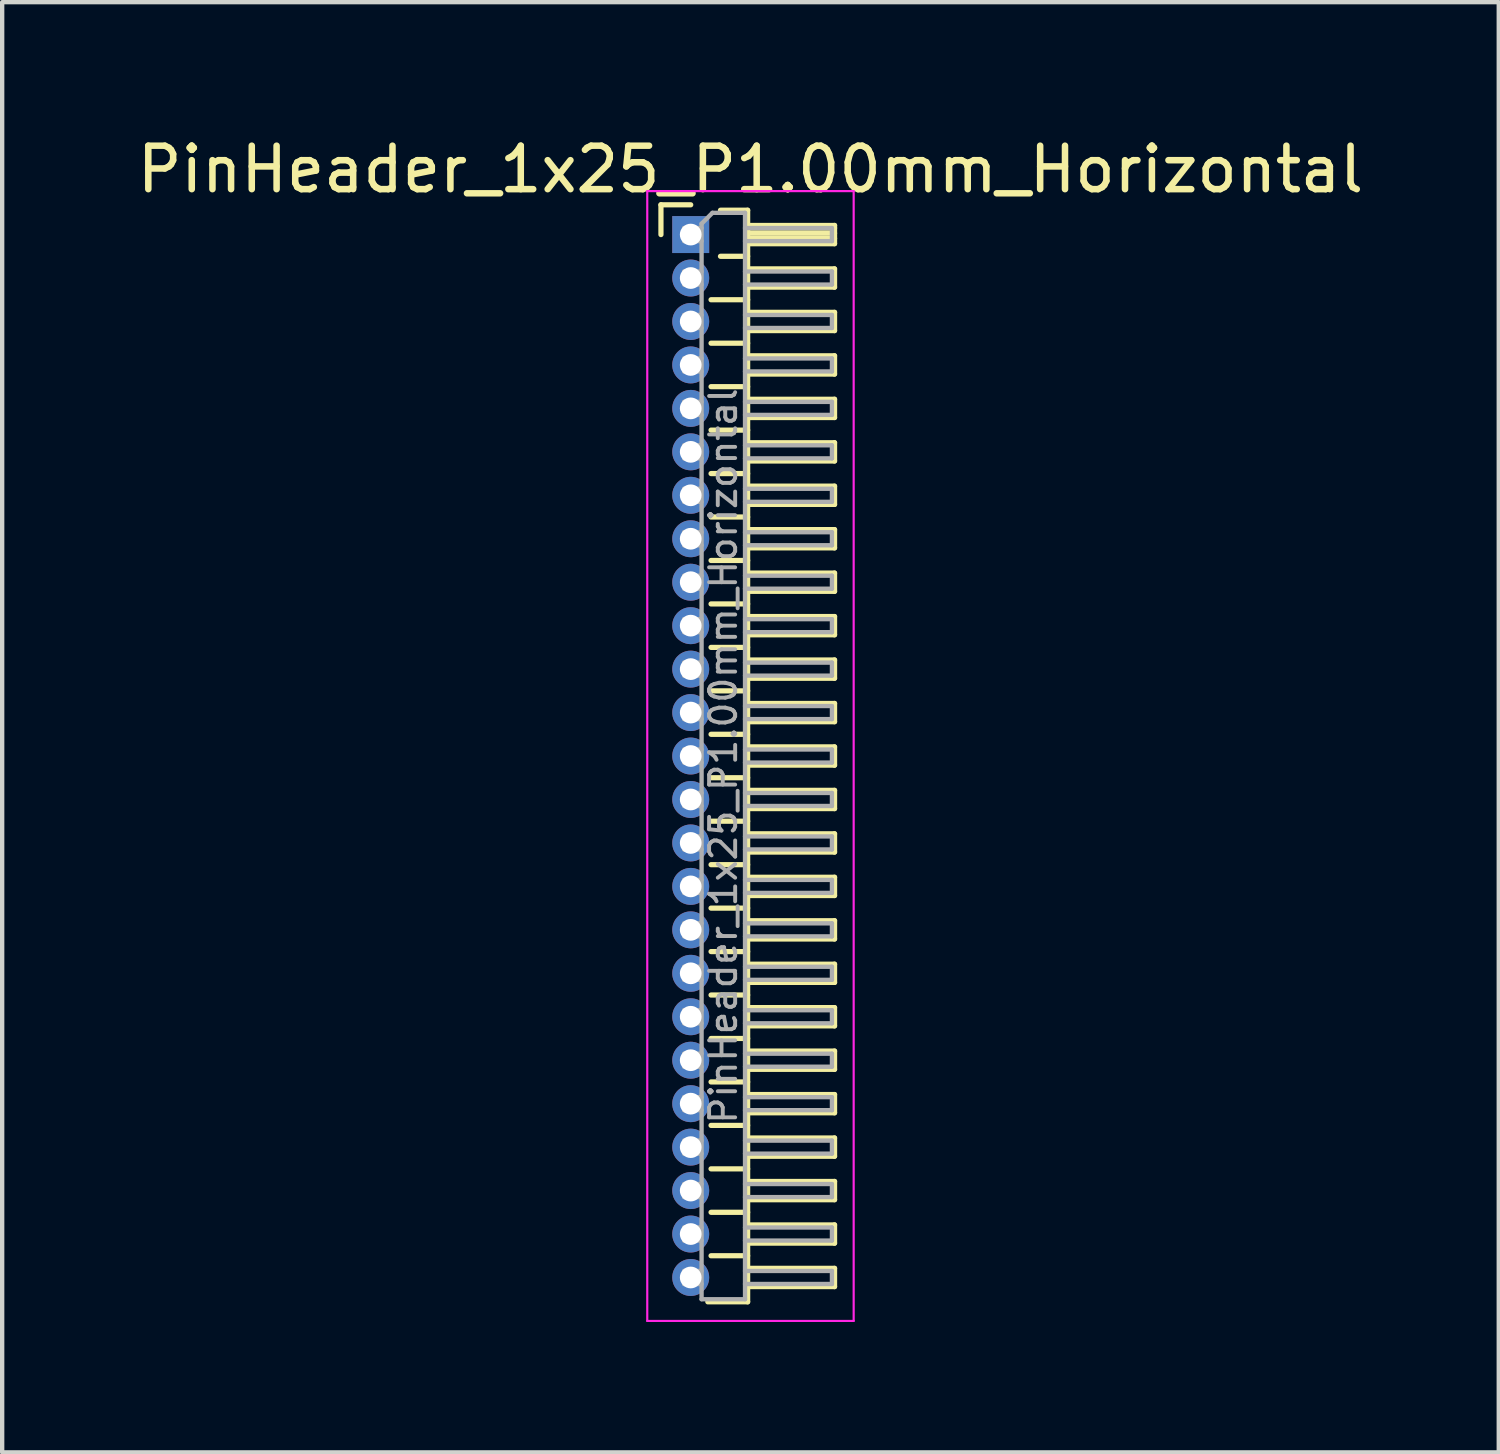
<source format=kicad_pcb>
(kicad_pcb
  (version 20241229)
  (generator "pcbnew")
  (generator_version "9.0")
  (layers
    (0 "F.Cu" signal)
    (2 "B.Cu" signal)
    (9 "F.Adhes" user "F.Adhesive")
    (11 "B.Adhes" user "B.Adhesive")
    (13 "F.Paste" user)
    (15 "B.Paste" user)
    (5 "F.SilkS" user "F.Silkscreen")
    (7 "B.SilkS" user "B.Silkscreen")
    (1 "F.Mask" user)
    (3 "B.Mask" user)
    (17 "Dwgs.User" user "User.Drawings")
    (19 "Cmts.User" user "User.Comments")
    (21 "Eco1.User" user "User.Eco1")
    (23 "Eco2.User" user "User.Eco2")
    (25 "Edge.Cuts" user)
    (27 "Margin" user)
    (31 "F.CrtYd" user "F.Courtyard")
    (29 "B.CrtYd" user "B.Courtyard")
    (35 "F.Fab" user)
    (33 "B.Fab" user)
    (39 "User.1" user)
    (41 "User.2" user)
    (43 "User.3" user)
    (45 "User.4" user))
  (footprint "PinHeader_1x25_P1.00mm_Horizontal"
    (layer "F.Cu")
    (at 12.845 2.348)
    (property "Reference" "PinHeader_1x25_P1.00mm_Horizontal" (at 1.375 -1.5 0) (layer "F.SilkS") (effects (font (size 1 1) (thickness 0.15))))
    (attr through_hole)
    (fp_line (start -0.685 -0.685) (end 0 -0.685) (stroke (width 0.12) (type solid)) (layer "F.SilkS"))
    (fp_line (start -0.685 0) (end -0.685 -0.685) (stroke (width 0.12) (type solid)) (layer "F.SilkS"))
    (fp_line (start 0.468 1.5) (end 1.31 1.5) (stroke (width 0.12) (type solid)) (layer "F.SilkS"))
    (fp_line (start 0.468 2.5) (end 1.31 2.5) (stroke (width 0.12) (type solid)) (layer "F.SilkS"))
    (fp_line (start 0.468 3.5) (end 1.31 3.5) (stroke (width 0.12) (type solid)) (layer "F.SilkS"))
    (fp_line (start 0.468 4.5) (end 1.31 4.5) (stroke (width 0.12) (type solid)) (layer "F.SilkS"))
    (fp_line (start 0.468 5.5) (end 1.31 5.5) (stroke (width 0.12) (type solid)) (layer "F.SilkS"))
    (fp_line (start 0.468 6.5) (end 1.31 6.5) (stroke (width 0.12) (type solid)) (layer "F.SilkS"))
    (fp_line (start 0.468 7.5) (end 1.31 7.5) (stroke (width 0.12) (type solid)) (layer "F.SilkS"))
    (fp_line (start 0.468 8.5) (end 1.31 8.5) (stroke (width 0.12) (type solid)) (layer "F.SilkS"))
    (fp_line (start 0.468 9.5) (end 1.31 9.5) (stroke (width 0.12) (type solid)) (layer "F.SilkS"))
    (fp_line (start 0.468 10.5) (end 1.31 10.5) (stroke (width 0.12) (type solid)) (layer "F.SilkS"))
    (fp_line (start 0.468 11.5) (end 1.31 11.5) (stroke (width 0.12) (type solid)) (layer "F.SilkS"))
    (fp_line (start 0.468 12.5) (end 1.31 12.5) (stroke (width 0.12) (type solid)) (layer "F.SilkS"))
    (fp_line (start 0.468 13.5) (end 1.31 13.5) (stroke (width 0.12) (type solid)) (layer "F.SilkS"))
    (fp_line (start 0.468 14.5) (end 1.31 14.5) (stroke (width 0.12) (type solid)) (layer "F.SilkS"))
    (fp_line (start 0.468 15.5) (end 1.31 15.5) (stroke (width 0.12) (type solid)) (layer "F.SilkS"))
    (fp_line (start 0.468 16.5) (end 1.31 16.5) (stroke (width 0.12) (type solid)) (layer "F.SilkS"))
    (fp_line (start 0.468 17.5) (end 1.31 17.5) (stroke (width 0.12) (type solid)) (layer "F.SilkS"))
    (fp_line (start 0.468 18.5) (end 1.31 18.5) (stroke (width 0.12) (type solid)) (layer "F.SilkS"))
    (fp_line (start 0.468 19.5) (end 1.31 19.5) (stroke (width 0.12) (type solid)) (layer "F.SilkS"))
    (fp_line (start 0.468 20.5) (end 1.31 20.5) (stroke (width 0.12) (type solid)) (layer "F.SilkS"))
    (fp_line (start 0.468 21.5) (end 1.31 21.5) (stroke (width 0.12) (type solid)) (layer "F.SilkS"))
    (fp_line (start 0.468 22.5) (end 1.31 22.5) (stroke (width 0.12) (type solid)) (layer "F.SilkS"))
    (fp_line (start 0.468 23.5) (end 1.31 23.5) (stroke (width 0.12) (type solid)) (layer "F.SilkS"))
    (fp_line (start 0.685 -0.56) (end 1.31 -0.56) (stroke (width 0.12) (type solid)) (layer "F.SilkS"))
    (fp_line (start 0.685 0.5) (end 1.31 0.5) (stroke (width 0.12) (type solid)) (layer "F.SilkS"))
    (fp_line (start 1.31 -0.56) (end 1.31 24.56) (stroke (width 0.12) (type solid)) (layer "F.SilkS"))
    (fp_line (start 1.31 -0.21) (end 3.31 -0.21) (stroke (width 0.12) (type solid)) (layer "F.SilkS"))
    (fp_line (start 1.31 -0.15) (end 3.31 -0.15) (stroke (width 0.12) (type solid)) (layer "F.SilkS"))
    (fp_line (start 1.31 -0.03) (end 3.31 -0.03) (stroke (width 0.12) (type solid)) (layer "F.SilkS"))
    (fp_line (start 1.31 0.09) (end 3.31 0.09) (stroke (width 0.12) (type solid)) (layer "F.SilkS"))
    (fp_line (start 1.31 0.79) (end 3.31 0.79) (stroke (width 0.12) (type solid)) (layer "F.SilkS"))
    (fp_line (start 1.31 1.79) (end 3.31 1.79) (stroke (width 0.12) (type solid)) (layer "F.SilkS"))
    (fp_line (start 1.31 2.79) (end 3.31 2.79) (stroke (width 0.12) (type solid)) (layer "F.SilkS"))
    (fp_line (start 1.31 3.79) (end 3.31 3.79) (stroke (width 0.12) (type solid)) (layer "F.SilkS"))
    (fp_line (start 1.31 4.79) (end 3.31 4.79) (stroke (width 0.12) (type solid)) (layer "F.SilkS"))
    (fp_line (start 1.31 5.79) (end 3.31 5.79) (stroke (width 0.12) (type solid)) (layer "F.SilkS"))
    (fp_line (start 1.31 6.79) (end 3.31 6.79) (stroke (width 0.12) (type solid)) (layer "F.SilkS"))
    (fp_line (start 1.31 7.79) (end 3.31 7.79) (stroke (width 0.12) (type solid)) (layer "F.SilkS"))
    (fp_line (start 1.31 8.79) (end 3.31 8.79) (stroke (width 0.12) (type solid)) (layer "F.SilkS"))
    (fp_line (start 1.31 9.79) (end 3.31 9.79) (stroke (width 0.12) (type solid)) (layer "F.SilkS"))
    (fp_line (start 1.31 10.79) (end 3.31 10.79) (stroke (width 0.12) (type solid)) (layer "F.SilkS"))
    (fp_line (start 1.31 11.79) (end 3.31 11.79) (stroke (width 0.12) (type solid)) (layer "F.SilkS"))
    (fp_line (start 1.31 12.79) (end 3.31 12.79) (stroke (width 0.12) (type solid)) (layer "F.SilkS"))
    (fp_line (start 1.31 13.79) (end 3.31 13.79) (stroke (width 0.12) (type solid)) (layer "F.SilkS"))
    (fp_line (start 1.31 14.79) (end 3.31 14.79) (stroke (width 0.12) (type solid)) (layer "F.SilkS"))
    (fp_line (start 1.31 15.79) (end 3.31 15.79) (stroke (width 0.12) (type solid)) (layer "F.SilkS"))
    (fp_line (start 1.31 16.79) (end 3.31 16.79) (stroke (width 0.12) (type solid)) (layer "F.SilkS"))
    (fp_line (start 1.31 17.79) (end 3.31 17.79) (stroke (width 0.12) (type solid)) (layer "F.SilkS"))
    (fp_line (start 1.31 18.79) (end 3.31 18.79) (stroke (width 0.12) (type solid)) (layer "F.SilkS"))
    (fp_line (start 1.31 19.79) (end 3.31 19.79) (stroke (width 0.12) (type solid)) (layer "F.SilkS"))
    (fp_line (start 1.31 20.79) (end 3.31 20.79) (stroke (width 0.12) (type solid)) (layer "F.SilkS"))
    (fp_line (start 1.31 21.79) (end 3.31 21.79) (stroke (width 0.12) (type solid)) (layer "F.SilkS"))
    (fp_line (start 1.31 22.79) (end 3.31 22.79) (stroke (width 0.12) (type solid)) (layer "F.SilkS"))
    (fp_line (start 1.31 23.79) (end 3.31 23.79) (stroke (width 0.12) (type solid)) (layer "F.SilkS"))
    (fp_line (start 1.31 24.56) (end 0.394 24.56) (stroke (width 0.12) (type solid)) (layer "F.SilkS"))
    (fp_line (start 3.31 -0.21) (end 3.31 0.21) (stroke (width 0.12) (type solid)) (layer "F.SilkS"))
    (fp_line (start 3.31 0.21) (end 1.31 0.21) (stroke (width 0.12) (type solid)) (layer "F.SilkS"))
    (fp_line (start 3.31 0.79) (end 3.31 1.21) (stroke (width 0.12) (type solid)) (layer "F.SilkS"))
    (fp_line (start 3.31 1.21) (end 1.31 1.21) (stroke (width 0.12) (type solid)) (layer "F.SilkS"))
    (fp_line (start 3.31 1.79) (end 3.31 2.21) (stroke (width 0.12) (type solid)) (layer "F.SilkS"))
    (fp_line (start 3.31 2.21) (end 1.31 2.21) (stroke (width 0.12) (type solid)) (layer "F.SilkS"))
    (fp_line (start 3.31 2.79) (end 3.31 3.21) (stroke (width 0.12) (type solid)) (layer "F.SilkS"))
    (fp_line (start 3.31 3.21) (end 1.31 3.21) (stroke (width 0.12) (type solid)) (layer "F.SilkS"))
    (fp_line (start 3.31 3.79) (end 3.31 4.21) (stroke (width 0.12) (type solid)) (layer "F.SilkS"))
    (fp_line (start 3.31 4.21) (end 1.31 4.21) (stroke (width 0.12) (type solid)) (layer "F.SilkS"))
    (fp_line (start 3.31 4.79) (end 3.31 5.21) (stroke (width 0.12) (type solid)) (layer "F.SilkS"))
    (fp_line (start 3.31 5.21) (end 1.31 5.21) (stroke (width 0.12) (type solid)) (layer "F.SilkS"))
    (fp_line (start 3.31 5.79) (end 3.31 6.21) (stroke (width 0.12) (type solid)) (layer "F.SilkS"))
    (fp_line (start 3.31 6.21) (end 1.31 6.21) (stroke (width 0.12) (type solid)) (layer "F.SilkS"))
    (fp_line (start 3.31 6.79) (end 3.31 7.21) (stroke (width 0.12) (type solid)) (layer "F.SilkS"))
    (fp_line (start 3.31 7.21) (end 1.31 7.21) (stroke (width 0.12) (type solid)) (layer "F.SilkS"))
    (fp_line (start 3.31 7.79) (end 3.31 8.21) (stroke (width 0.12) (type solid)) (layer "F.SilkS"))
    (fp_line (start 3.31 8.21) (end 1.31 8.21) (stroke (width 0.12) (type solid)) (layer "F.SilkS"))
    (fp_line (start 3.31 8.79) (end 3.31 9.21) (stroke (width 0.12) (type solid)) (layer "F.SilkS"))
    (fp_line (start 3.31 9.21) (end 1.31 9.21) (stroke (width 0.12) (type solid)) (layer "F.SilkS"))
    (fp_line (start 3.31 9.79) (end 3.31 10.21) (stroke (width 0.12) (type solid)) (layer "F.SilkS"))
    (fp_line (start 3.31 10.21) (end 1.31 10.21) (stroke (width 0.12) (type solid)) (layer "F.SilkS"))
    (fp_line (start 3.31 10.79) (end 3.31 11.21) (stroke (width 0.12) (type solid)) (layer "F.SilkS"))
    (fp_line (start 3.31 11.21) (end 1.31 11.21) (stroke (width 0.12) (type solid)) (layer "F.SilkS"))
    (fp_line (start 3.31 11.79) (end 3.31 12.21) (stroke (width 0.12) (type solid)) (layer "F.SilkS"))
    (fp_line (start 3.31 12.21) (end 1.31 12.21) (stroke (width 0.12) (type solid)) (layer "F.SilkS"))
    (fp_line (start 3.31 12.79) (end 3.31 13.21) (stroke (width 0.12) (type solid)) (layer "F.SilkS"))
    (fp_line (start 3.31 13.21) (end 1.31 13.21) (stroke (width 0.12) (type solid)) (layer "F.SilkS"))
    (fp_line (start 3.31 13.79) (end 3.31 14.21) (stroke (width 0.12) (type solid)) (layer "F.SilkS"))
    (fp_line (start 3.31 14.21) (end 1.31 14.21) (stroke (width 0.12) (type solid)) (layer "F.SilkS"))
    (fp_line (start 3.31 14.79) (end 3.31 15.21) (stroke (width 0.12) (type solid)) (layer "F.SilkS"))
    (fp_line (start 3.31 15.21) (end 1.31 15.21) (stroke (width 0.12) (type solid)) (layer "F.SilkS"))
    (fp_line (start 3.31 15.79) (end 3.31 16.21) (stroke (width 0.12) (type solid)) (layer "F.SilkS"))
    (fp_line (start 3.31 16.21) (end 1.31 16.21) (stroke (width 0.12) (type solid)) (layer "F.SilkS"))
    (fp_line (start 3.31 16.79) (end 3.31 17.21) (stroke (width 0.12) (type solid)) (layer "F.SilkS"))
    (fp_line (start 3.31 17.21) (end 1.31 17.21) (stroke (width 0.12) (type solid)) (layer "F.SilkS"))
    (fp_line (start 3.31 17.79) (end 3.31 18.21) (stroke (width 0.12) (type solid)) (layer "F.SilkS"))
    (fp_line (start 3.31 18.21) (end 1.31 18.21) (stroke (width 0.12) (type solid)) (layer "F.SilkS"))
    (fp_line (start 3.31 18.79) (end 3.31 19.21) (stroke (width 0.12) (type solid)) (layer "F.SilkS"))
    (fp_line (start 3.31 19.21) (end 1.31 19.21) (stroke (width 0.12) (type solid)) (layer "F.SilkS"))
    (fp_line (start 3.31 19.79) (end 3.31 20.21) (stroke (width 0.12) (type solid)) (layer "F.SilkS"))
    (fp_line (start 3.31 20.21) (end 1.31 20.21) (stroke (width 0.12) (type solid)) (layer "F.SilkS"))
    (fp_line (start 3.31 20.79) (end 3.31 21.21) (stroke (width 0.12) (type solid)) (layer "F.SilkS"))
    (fp_line (start 3.31 21.21) (end 1.31 21.21) (stroke (width 0.12) (type solid)) (layer "F.SilkS"))
    (fp_line (start 3.31 21.79) (end 3.31 22.21) (stroke (width 0.12) (type solid)) (layer "F.SilkS"))
    (fp_line (start 3.31 22.21) (end 1.31 22.21) (stroke (width 0.12) (type solid)) (layer "F.SilkS"))
    (fp_line (start 3.31 22.79) (end 3.31 23.21) (stroke (width 0.12) (type solid)) (layer "F.SilkS"))
    (fp_line (start 3.31 23.21) (end 1.31 23.21) (stroke (width 0.12) (type solid)) (layer "F.SilkS"))
    (fp_line (start 3.31 23.79) (end 3.31 24.21) (stroke (width 0.12) (type solid)) (layer "F.SilkS"))
    (fp_line (start 3.31 24.21) (end 1.31 24.21) (stroke (width 0.12) (type solid)) (layer "F.SilkS"))
    (fp_line (start -1 -1) (end -1 25) (stroke (width 0.05) (type solid)) (layer "F.CrtYd"))
    (fp_line (start -1 25) (end 3.75 25) (stroke (width 0.05) (type solid)) (layer "F.CrtYd"))
    (fp_line (start 3.75 -1) (end -1 -1) (stroke (width 0.05) (type solid)) (layer "F.CrtYd"))
    (fp_line (start 3.75 25) (end 3.75 -1) (stroke (width 0.05) (type solid)) (layer "F.CrtYd"))
    (fp_line (start -0.15 -0.15) (end -0.15 0.15) (stroke (width 0.1) (type solid)) (layer "F.Fab"))
    (fp_line (start -0.15 -0.15) (end 0.25 -0.15) (stroke (width 0.1) (type solid)) (layer "F.Fab"))
    (fp_line (start -0.15 0.15) (end 0.25 0.15) (stroke (width 0.1) (type solid)) (layer "F.Fab"))
    (fp_line (start -0.15 0.85) (end -0.15 1.15) (stroke (width 0.1) (type solid)) (layer "F.Fab"))
    (fp_line (start -0.15 0.85) (end 0.25 0.85) (stroke (width 0.1) (type solid)) (layer "F.Fab"))
    (fp_line (start -0.15 1.15) (end 0.25 1.15) (stroke (width 0.1) (type solid)) (layer "F.Fab"))
    (fp_line (start -0.15 1.85) (end -0.15 2.15) (stroke (width 0.1) (type solid)) (layer "F.Fab"))
    (fp_line (start -0.15 1.85) (end 0.25 1.85) (stroke (width 0.1) (type solid)) (layer "F.Fab"))
    (fp_line (start -0.15 2.15) (end 0.25 2.15) (stroke (width 0.1) (type solid)) (layer "F.Fab"))
    (fp_line (start -0.15 2.85) (end -0.15 3.15) (stroke (width 0.1) (type solid)) (layer "F.Fab"))
    (fp_line (start -0.15 2.85) (end 0.25 2.85) (stroke (width 0.1) (type solid)) (layer "F.Fab"))
    (fp_line (start -0.15 3.15) (end 0.25 3.15) (stroke (width 0.1) (type solid)) (layer "F.Fab"))
    (fp_line (start -0.15 3.85) (end -0.15 4.15) (stroke (width 0.1) (type solid)) (layer "F.Fab"))
    (fp_line (start -0.15 3.85) (end 0.25 3.85) (stroke (width 0.1) (type solid)) (layer "F.Fab"))
    (fp_line (start -0.15 4.15) (end 0.25 4.15) (stroke (width 0.1) (type solid)) (layer "F.Fab"))
    (fp_line (start -0.15 4.85) (end -0.15 5.15) (stroke (width 0.1) (type solid)) (layer "F.Fab"))
    (fp_line (start -0.15 4.85) (end 0.25 4.85) (stroke (width 0.1) (type solid)) (layer "F.Fab"))
    (fp_line (start -0.15 5.15) (end 0.25 5.15) (stroke (width 0.1) (type solid)) (layer "F.Fab"))
    (fp_line (start -0.15 5.85) (end -0.15 6.15) (stroke (width 0.1) (type solid)) (layer "F.Fab"))
    (fp_line (start -0.15 5.85) (end 0.25 5.85) (stroke (width 0.1) (type solid)) (layer "F.Fab"))
    (fp_line (start -0.15 6.15) (end 0.25 6.15) (stroke (width 0.1) (type solid)) (layer "F.Fab"))
    (fp_line (start -0.15 6.85) (end -0.15 7.15) (stroke (width 0.1) (type solid)) (layer "F.Fab"))
    (fp_line (start -0.15 6.85) (end 0.25 6.85) (stroke (width 0.1) (type solid)) (layer "F.Fab"))
    (fp_line (start -0.15 7.15) (end 0.25 7.15) (stroke (width 0.1) (type solid)) (layer "F.Fab"))
    (fp_line (start -0.15 7.85) (end -0.15 8.15) (stroke (width 0.1) (type solid)) (layer "F.Fab"))
    (fp_line (start -0.15 7.85) (end 0.25 7.85) (stroke (width 0.1) (type solid)) (layer "F.Fab"))
    (fp_line (start -0.15 8.15) (end 0.25 8.15) (stroke (width 0.1) (type solid)) (layer "F.Fab"))
    (fp_line (start -0.15 8.85) (end -0.15 9.15) (stroke (width 0.1) (type solid)) (layer "F.Fab"))
    (fp_line (start -0.15 8.85) (end 0.25 8.85) (stroke (width 0.1) (type solid)) (layer "F.Fab"))
    (fp_line (start -0.15 9.15) (end 0.25 9.15) (stroke (width 0.1) (type solid)) (layer "F.Fab"))
    (fp_line (start -0.15 9.85) (end -0.15 10.15) (stroke (width 0.1) (type solid)) (layer "F.Fab"))
    (fp_line (start -0.15 9.85) (end 0.25 9.85) (stroke (width 0.1) (type solid)) (layer "F.Fab"))
    (fp_line (start -0.15 10.15) (end 0.25 10.15) (stroke (width 0.1) (type solid)) (layer "F.Fab"))
    (fp_line (start -0.15 10.85) (end -0.15 11.15) (stroke (width 0.1) (type solid)) (layer "F.Fab"))
    (fp_line (start -0.15 10.85) (end 0.25 10.85) (stroke (width 0.1) (type solid)) (layer "F.Fab"))
    (fp_line (start -0.15 11.15) (end 0.25 11.15) (stroke (width 0.1) (type solid)) (layer "F.Fab"))
    (fp_line (start -0.15 11.85) (end -0.15 12.15) (stroke (width 0.1) (type solid)) (layer "F.Fab"))
    (fp_line (start -0.15 11.85) (end 0.25 11.85) (stroke (width 0.1) (type solid)) (layer "F.Fab"))
    (fp_line (start -0.15 12.15) (end 0.25 12.15) (stroke (width 0.1) (type solid)) (layer "F.Fab"))
    (fp_line (start -0.15 12.85) (end -0.15 13.15) (stroke (width 0.1) (type solid)) (layer "F.Fab"))
    (fp_line (start -0.15 12.85) (end 0.25 12.85) (stroke (width 0.1) (type solid)) (layer "F.Fab"))
    (fp_line (start -0.15 13.15) (end 0.25 13.15) (stroke (width 0.1) (type solid)) (layer "F.Fab"))
    (fp_line (start -0.15 13.85) (end -0.15 14.15) (stroke (width 0.1) (type solid)) (layer "F.Fab"))
    (fp_line (start -0.15 13.85) (end 0.25 13.85) (stroke (width 0.1) (type solid)) (layer "F.Fab"))
    (fp_line (start -0.15 14.15) (end 0.25 14.15) (stroke (width 0.1) (type solid)) (layer "F.Fab"))
    (fp_line (start -0.15 14.85) (end -0.15 15.15) (stroke (width 0.1) (type solid)) (layer "F.Fab"))
    (fp_line (start -0.15 14.85) (end 0.25 14.85) (stroke (width 0.1) (type solid)) (layer "F.Fab"))
    (fp_line (start -0.15 15.15) (end 0.25 15.15) (stroke (width 0.1) (type solid)) (layer "F.Fab"))
    (fp_line (start -0.15 15.85) (end -0.15 16.15) (stroke (width 0.1) (type solid)) (layer "F.Fab"))
    (fp_line (start -0.15 15.85) (end 0.25 15.85) (stroke (width 0.1) (type solid)) (layer "F.Fab"))
    (fp_line (start -0.15 16.15) (end 0.25 16.15) (stroke (width 0.1) (type solid)) (layer "F.Fab"))
    (fp_line (start -0.15 16.85) (end -0.15 17.15) (stroke (width 0.1) (type solid)) (layer "F.Fab"))
    (fp_line (start -0.15 16.85) (end 0.25 16.85) (stroke (width 0.1) (type solid)) (layer "F.Fab"))
    (fp_line (start -0.15 17.15) (end 0.25 17.15) (stroke (width 0.1) (type solid)) (layer "F.Fab"))
    (fp_line (start -0.15 17.85) (end -0.15 18.15) (stroke (width 0.1) (type solid)) (layer "F.Fab"))
    (fp_line (start -0.15 17.85) (end 0.25 17.85) (stroke (width 0.1) (type solid)) (layer "F.Fab"))
    (fp_line (start -0.15 18.15) (end 0.25 18.15) (stroke (width 0.1) (type solid)) (layer "F.Fab"))
    (fp_line (start -0.15 18.85) (end -0.15 19.15) (stroke (width 0.1) (type solid)) (layer "F.Fab"))
    (fp_line (start -0.15 18.85) (end 0.25 18.85) (stroke (width 0.1) (type solid)) (layer "F.Fab"))
    (fp_line (start -0.15 19.15) (end 0.25 19.15) (stroke (width 0.1) (type solid)) (layer "F.Fab"))
    (fp_line (start -0.15 19.85) (end -0.15 20.15) (stroke (width 0.1) (type solid)) (layer "F.Fab"))
    (fp_line (start -0.15 19.85) (end 0.25 19.85) (stroke (width 0.1) (type solid)) (layer "F.Fab"))
    (fp_line (start -0.15 20.15) (end 0.25 20.15) (stroke (width 0.1) (type solid)) (layer "F.Fab"))
    (fp_line (start -0.15 20.85) (end -0.15 21.15) (stroke (width 0.1) (type solid)) (layer "F.Fab"))
    (fp_line (start -0.15 20.85) (end 0.25 20.85) (stroke (width 0.1) (type solid)) (layer "F.Fab"))
    (fp_line (start -0.15 21.15) (end 0.25 21.15) (stroke (width 0.1) (type solid)) (layer "F.Fab"))
    (fp_line (start -0.15 21.85) (end -0.15 22.15) (stroke (width 0.1) (type solid)) (layer "F.Fab"))
    (fp_line (start -0.15 21.85) (end 0.25 21.85) (stroke (width 0.1) (type solid)) (layer "F.Fab"))
    (fp_line (start -0.15 22.15) (end 0.25 22.15) (stroke (width 0.1) (type solid)) (layer "F.Fab"))
    (fp_line (start -0.15 22.85) (end -0.15 23.15) (stroke (width 0.1) (type solid)) (layer "F.Fab"))
    (fp_line (start -0.15 22.85) (end 0.25 22.85) (stroke (width 0.1) (type solid)) (layer "F.Fab"))
    (fp_line (start -0.15 23.15) (end 0.25 23.15) (stroke (width 0.1) (type solid)) (layer "F.Fab"))
    (fp_line (start -0.15 23.85) (end -0.15 24.15) (stroke (width 0.1) (type solid)) (layer "F.Fab"))
    (fp_line (start -0.15 23.85) (end 0.25 23.85) (stroke (width 0.1) (type solid)) (layer "F.Fab"))
    (fp_line (start -0.15 24.15) (end 0.25 24.15) (stroke (width 0.1) (type solid)) (layer "F.Fab"))
    (fp_line (start 0.25 -0.25) (end 0.5 -0.5) (stroke (width 0.1) (type solid)) (layer "F.Fab"))
    (fp_line (start 0.25 24.5) (end 0.25 -0.25) (stroke (width 0.1) (type solid)) (layer "F.Fab"))
    (fp_line (start 0.5 -0.5) (end 1.25 -0.5) (stroke (width 0.1) (type solid)) (layer "F.Fab"))
    (fp_line (start 1.25 -0.5) (end 1.25 24.5) (stroke (width 0.1) (type solid)) (layer "F.Fab"))
    (fp_line (start 1.25 -0.15) (end 3.25 -0.15) (stroke (width 0.1) (type solid)) (layer "F.Fab"))
    (fp_line (start 1.25 0.15) (end 3.25 0.15) (stroke (width 0.1) (type solid)) (layer "F.Fab"))
    (fp_line (start 1.25 0.85) (end 3.25 0.85) (stroke (width 0.1) (type solid)) (layer "F.Fab"))
    (fp_line (start 1.25 1.15) (end 3.25 1.15) (stroke (width 0.1) (type solid)) (layer "F.Fab"))
    (fp_line (start 1.25 1.85) (end 3.25 1.85) (stroke (width 0.1) (type solid)) (layer "F.Fab"))
    (fp_line (start 1.25 2.15) (end 3.25 2.15) (stroke (width 0.1) (type solid)) (layer "F.Fab"))
    (fp_line (start 1.25 2.85) (end 3.25 2.85) (stroke (width 0.1) (type solid)) (layer "F.Fab"))
    (fp_line (start 1.25 3.15) (end 3.25 3.15) (stroke (width 0.1) (type solid)) (layer "F.Fab"))
    (fp_line (start 1.25 3.85) (end 3.25 3.85) (stroke (width 0.1) (type solid)) (layer "F.Fab"))
    (fp_line (start 1.25 4.15) (end 3.25 4.15) (stroke (width 0.1) (type solid)) (layer "F.Fab"))
    (fp_line (start 1.25 4.85) (end 3.25 4.85) (stroke (width 0.1) (type solid)) (layer "F.Fab"))
    (fp_line (start 1.25 5.15) (end 3.25 5.15) (stroke (width 0.1) (type solid)) (layer "F.Fab"))
    (fp_line (start 1.25 5.85) (end 3.25 5.85) (stroke (width 0.1) (type solid)) (layer "F.Fab"))
    (fp_line (start 1.25 6.15) (end 3.25 6.15) (stroke (width 0.1) (type solid)) (layer "F.Fab"))
    (fp_line (start 1.25 6.85) (end 3.25 6.85) (stroke (width 0.1) (type solid)) (layer "F.Fab"))
    (fp_line (start 1.25 7.15) (end 3.25 7.15) (stroke (width 0.1) (type solid)) (layer "F.Fab"))
    (fp_line (start 1.25 7.85) (end 3.25 7.85) (stroke (width 0.1) (type solid)) (layer "F.Fab"))
    (fp_line (start 1.25 8.15) (end 3.25 8.15) (stroke (width 0.1) (type solid)) (layer "F.Fab"))
    (fp_line (start 1.25 8.85) (end 3.25 8.85) (stroke (width 0.1) (type solid)) (layer "F.Fab"))
    (fp_line (start 1.25 9.15) (end 3.25 9.15) (stroke (width 0.1) (type solid)) (layer "F.Fab"))
    (fp_line (start 1.25 9.85) (end 3.25 9.85) (stroke (width 0.1) (type solid)) (layer "F.Fab"))
    (fp_line (start 1.25 10.15) (end 3.25 10.15) (stroke (width 0.1) (type solid)) (layer "F.Fab"))
    (fp_line (start 1.25 10.85) (end 3.25 10.85) (stroke (width 0.1) (type solid)) (layer "F.Fab"))
    (fp_line (start 1.25 11.15) (end 3.25 11.15) (stroke (width 0.1) (type solid)) (layer "F.Fab"))
    (fp_line (start 1.25 11.85) (end 3.25 11.85) (stroke (width 0.1) (type solid)) (layer "F.Fab"))
    (fp_line (start 1.25 12.15) (end 3.25 12.15) (stroke (width 0.1) (type solid)) (layer "F.Fab"))
    (fp_line (start 1.25 12.85) (end 3.25 12.85) (stroke (width 0.1) (type solid)) (layer "F.Fab"))
    (fp_line (start 1.25 13.15) (end 3.25 13.15) (stroke (width 0.1) (type solid)) (layer "F.Fab"))
    (fp_line (start 1.25 13.85) (end 3.25 13.85) (stroke (width 0.1) (type solid)) (layer "F.Fab"))
    (fp_line (start 1.25 14.15) (end 3.25 14.15) (stroke (width 0.1) (type solid)) (layer "F.Fab"))
    (fp_line (start 1.25 14.85) (end 3.25 14.85) (stroke (width 0.1) (type solid)) (layer "F.Fab"))
    (fp_line (start 1.25 15.15) (end 3.25 15.15) (stroke (width 0.1) (type solid)) (layer "F.Fab"))
    (fp_line (start 1.25 15.85) (end 3.25 15.85) (stroke (width 0.1) (type solid)) (layer "F.Fab"))
    (fp_line (start 1.25 16.15) (end 3.25 16.15) (stroke (width 0.1) (type solid)) (layer "F.Fab"))
    (fp_line (start 1.25 16.85) (end 3.25 16.85) (stroke (width 0.1) (type solid)) (layer "F.Fab"))
    (fp_line (start 1.25 17.15) (end 3.25 17.15) (stroke (width 0.1) (type solid)) (layer "F.Fab"))
    (fp_line (start 1.25 17.85) (end 3.25 17.85) (stroke (width 0.1) (type solid)) (layer "F.Fab"))
    (fp_line (start 1.25 18.15) (end 3.25 18.15) (stroke (width 0.1) (type solid)) (layer "F.Fab"))
    (fp_line (start 1.25 18.85) (end 3.25 18.85) (stroke (width 0.1) (type solid)) (layer "F.Fab"))
    (fp_line (start 1.25 19.15) (end 3.25 19.15) (stroke (width 0.1) (type solid)) (layer "F.Fab"))
    (fp_line (start 1.25 19.85) (end 3.25 19.85) (stroke (width 0.1) (type solid)) (layer "F.Fab"))
    (fp_line (start 1.25 20.15) (end 3.25 20.15) (stroke (width 0.1) (type solid)) (layer "F.Fab"))
    (fp_line (start 1.25 20.85) (end 3.25 20.85) (stroke (width 0.1) (type solid)) (layer "F.Fab"))
    (fp_line (start 1.25 21.15) (end 3.25 21.15) (stroke (width 0.1) (type solid)) (layer "F.Fab"))
    (fp_line (start 1.25 21.85) (end 3.25 21.85) (stroke (width 0.1) (type solid)) (layer "F.Fab"))
    (fp_line (start 1.25 22.15) (end 3.25 22.15) (stroke (width 0.1) (type solid)) (layer "F.Fab"))
    (fp_line (start 1.25 22.85) (end 3.25 22.85) (stroke (width 0.1) (type solid)) (layer "F.Fab"))
    (fp_line (start 1.25 23.15) (end 3.25 23.15) (stroke (width 0.1) (type solid)) (layer "F.Fab"))
    (fp_line (start 1.25 23.85) (end 3.25 23.85) (stroke (width 0.1) (type solid)) (layer "F.Fab"))
    (fp_line (start 1.25 24.15) (end 3.25 24.15) (stroke (width 0.1) (type solid)) (layer "F.Fab"))
    (fp_line (start 1.25 24.5) (end 0.25 24.5) (stroke (width 0.1) (type solid)) (layer "F.Fab"))
    (fp_line (start 3.25 -0.15) (end 3.25 0.15) (stroke (width 0.1) (type solid)) (layer "F.Fab"))
    (fp_line (start 3.25 0.85) (end 3.25 1.15) (stroke (width 0.1) (type solid)) (layer "F.Fab"))
    (fp_line (start 3.25 1.85) (end 3.25 2.15) (stroke (width 0.1) (type solid)) (layer "F.Fab"))
    (fp_line (start 3.25 2.85) (end 3.25 3.15) (stroke (width 0.1) (type solid)) (layer "F.Fab"))
    (fp_line (start 3.25 3.85) (end 3.25 4.15) (stroke (width 0.1) (type solid)) (layer "F.Fab"))
    (fp_line (start 3.25 4.85) (end 3.25 5.15) (stroke (width 0.1) (type solid)) (layer "F.Fab"))
    (fp_line (start 3.25 5.85) (end 3.25 6.15) (stroke (width 0.1) (type solid)) (layer "F.Fab"))
    (fp_line (start 3.25 6.85) (end 3.25 7.15) (stroke (width 0.1) (type solid)) (layer "F.Fab"))
    (fp_line (start 3.25 7.85) (end 3.25 8.15) (stroke (width 0.1) (type solid)) (layer "F.Fab"))
    (fp_line (start 3.25 8.85) (end 3.25 9.15) (stroke (width 0.1) (type solid)) (layer "F.Fab"))
    (fp_line (start 3.25 9.85) (end 3.25 10.15) (stroke (width 0.1) (type solid)) (layer "F.Fab"))
    (fp_line (start 3.25 10.85) (end 3.25 11.15) (stroke (width 0.1) (type solid)) (layer "F.Fab"))
    (fp_line (start 3.25 11.85) (end 3.25 12.15) (stroke (width 0.1) (type solid)) (layer "F.Fab"))
    (fp_line (start 3.25 12.85) (end 3.25 13.15) (stroke (width 0.1) (type solid)) (layer "F.Fab"))
    (fp_line (start 3.25 13.85) (end 3.25 14.15) (stroke (width 0.1) (type solid)) (layer "F.Fab"))
    (fp_line (start 3.25 14.85) (end 3.25 15.15) (stroke (width 0.1) (type solid)) (layer "F.Fab"))
    (fp_line (start 3.25 15.85) (end 3.25 16.15) (stroke (width 0.1) (type solid)) (layer "F.Fab"))
    (fp_line (start 3.25 16.85) (end 3.25 17.15) (stroke (width 0.1) (type solid)) (layer "F.Fab"))
    (fp_line (start 3.25 17.85) (end 3.25 18.15) (stroke (width 0.1) (type solid)) (layer "F.Fab"))
    (fp_line (start 3.25 18.85) (end 3.25 19.15) (stroke (width 0.1) (type solid)) (layer "F.Fab"))
    (fp_line (start 3.25 19.85) (end 3.25 20.15) (stroke (width 0.1) (type solid)) (layer "F.Fab"))
    (fp_line (start 3.25 20.85) (end 3.25 21.15) (stroke (width 0.1) (type solid)) (layer "F.Fab"))
    (fp_line (start 3.25 21.85) (end 3.25 22.15) (stroke (width 0.1) (type solid)) (layer "F.Fab"))
    (fp_line (start 3.25 22.85) (end 3.25 23.15) (stroke (width 0.1) (type solid)) (layer "F.Fab"))
    (fp_line (start 3.25 23.85) (end 3.25 24.15) (stroke (width 0.1) (type solid)) (layer "F.Fab"))
    (fp_text user "${REFERENCE}" (at 0.75 12 90) (layer "F.Fab") (effects (font (size 0.6 0.6) (thickness 0.09))))
    (pad "1" thru_hole rect (at 0 0) (size 0.85 0.85) (drill 0.5) (layers "*.Cu" "*.Mask"))
    (pad "2" thru_hole oval (at 0 1) (size 0.85 0.85) (drill 0.5) (layers "*.Cu" "*.Mask"))
    (pad "3" thru_hole oval (at 0 2) (size 0.85 0.85) (drill 0.5) (layers "*.Cu" "*.Mask"))
    (pad "4" thru_hole oval (at 0 3) (size 0.85 0.85) (drill 0.5) (layers "*.Cu" "*.Mask"))
    (pad "5" thru_hole oval (at 0 4) (size 0.85 0.85) (drill 0.5) (layers "*.Cu" "*.Mask"))
    (pad "6" thru_hole oval (at 0 5) (size 0.85 0.85) (drill 0.5) (layers "*.Cu" "*.Mask"))
    (pad "7" thru_hole oval (at 0 6) (size 0.85 0.85) (drill 0.5) (layers "*.Cu" "*.Mask"))
    (pad "8" thru_hole oval (at 0 7) (size 0.85 0.85) (drill 0.5) (layers "*.Cu" "*.Mask"))
    (pad "9" thru_hole oval (at 0 8) (size 0.85 0.85) (drill 0.5) (layers "*.Cu" "*.Mask"))
    (pad "10" thru_hole oval (at 0 9) (size 0.85 0.85) (drill 0.5) (layers "*.Cu" "*.Mask"))
    (pad "11" thru_hole oval (at 0 10) (size 0.85 0.85) (drill 0.5) (layers "*.Cu" "*.Mask"))
    (pad "12" thru_hole oval (at 0 11) (size 0.85 0.85) (drill 0.5) (layers "*.Cu" "*.Mask"))
    (pad "13" thru_hole oval (at 0 12) (size 0.85 0.85) (drill 0.5) (layers "*.Cu" "*.Mask"))
    (pad "14" thru_hole oval (at 0 13) (size 0.85 0.85) (drill 0.5) (layers "*.Cu" "*.Mask"))
    (pad "15" thru_hole oval (at 0 14) (size 0.85 0.85) (drill 0.5) (layers "*.Cu" "*.Mask"))
    (pad "16" thru_hole oval (at 0 15) (size 0.85 0.85) (drill 0.5) (layers "*.Cu" "*.Mask"))
    (pad "17" thru_hole oval (at 0 16) (size 0.85 0.85) (drill 0.5) (layers "*.Cu" "*.Mask"))
    (pad "18" thru_hole oval (at 0 17) (size 0.85 0.85) (drill 0.5) (layers "*.Cu" "*.Mask"))
    (pad "19" thru_hole oval (at 0 18) (size 0.85 0.85) (drill 0.5) (layers "*.Cu" "*.Mask"))
    (pad "20" thru_hole oval (at 0 19) (size 0.85 0.85) (drill 0.5) (layers "*.Cu" "*.Mask"))
    (pad "21" thru_hole oval (at 0 20) (size 0.85 0.85) (drill 0.5) (layers "*.Cu" "*.Mask"))
    (pad "22" thru_hole oval (at 0 21) (size 0.85 0.85) (drill 0.5) (layers "*.Cu" "*.Mask"))
    (pad "23" thru_hole oval (at 0 22) (size 0.85 0.85) (drill 0.5) (layers "*.Cu" "*.Mask"))
    (pad "24" thru_hole oval (at 0 23) (size 0.85 0.85) (drill 0.5) (layers "*.Cu" "*.Mask"))
    (pad "25" thru_hole oval (at 0 24) (size 0.85 0.85) (drill 0.5) (layers "*.Cu" "*.Mask")))
  (gr_rect
    (start -3 -3)
    (end 31.44 30.373)
    (stroke (width 0.1) (type default))
    (fill no)
    (layer "Edge.Cuts")))
</source>
